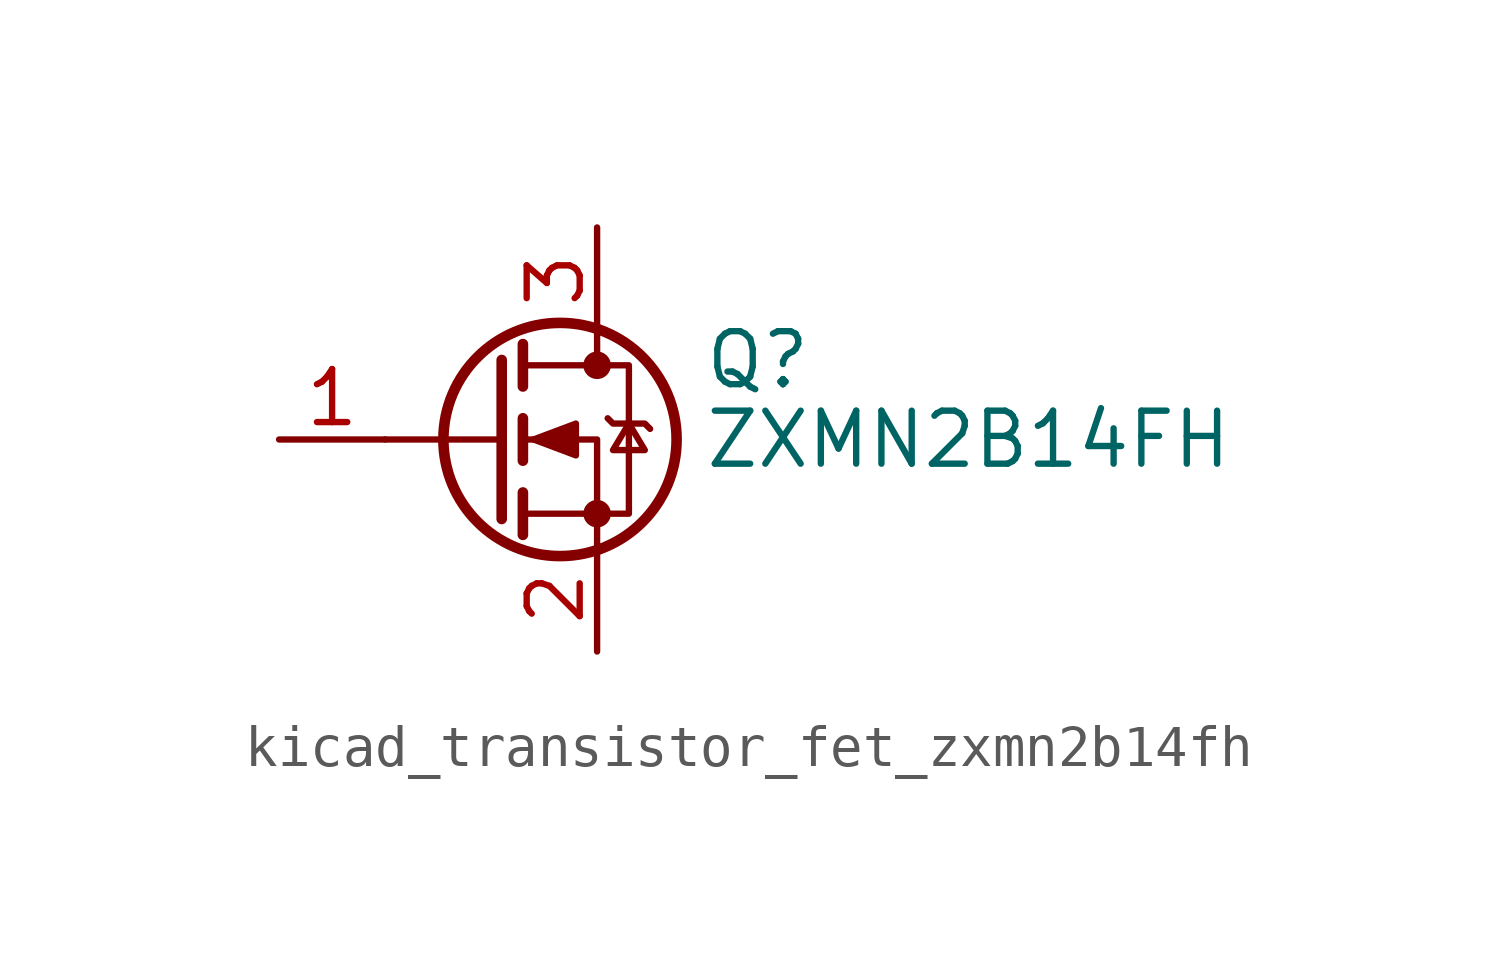
<source format=kicad_sym>
(kicad_symbol_lib
  (version 20220914)
  (generator kicad_symbol_editor)
  (symbol "kicad_transistor_fet_zxmn2b14fh"
    (pin_names hide)
    (property "Reference" "Q"
      (at 5.08 1.905 0)
      (effects (font (size 1.27 1.27)) (justify left)))
    (property "Value" "ZXMN2B14FH"
      (at 5.08 0 0)
      (effects (font (size 1.27 1.27)) (justify left)))
    (symbol "kicad_transistor_fet_zxmn2b14fh_0_1"
      (polyline (pts (xy 0.254 0) (xy -2.54 0)) (stroke (width 0) (type default)) (fill (type none)))
      (polyline (pts (xy 0.254 1.905) (xy 0.254 -1.905)) (stroke (width 0.254) (type default)) (fill (type none)))
      (polyline (pts (xy 0.762 -1.27) (xy 0.762 -2.286)) (stroke (width 0.254) (type default)) (fill (type none)))
      (polyline (pts (xy 0.762 0.508) (xy 0.762 -0.508)) (stroke (width 0.254) (type default)) (fill (type none)))
      (polyline (pts (xy 0.762 2.286) (xy 0.762 1.27)) (stroke (width 0.254) (type default)) (fill (type none)))
      (polyline (pts (xy 2.54 2.54) (xy 2.54 1.778)) (stroke (width 0) (type default)) (fill (type none)))
      (polyline (pts (xy 2.54 -2.54) (xy 2.54 0) (xy 0.762 0)) (stroke (width 0) (type default)) (fill (type none)))
      (polyline (pts (xy 0.762 -1.778) (xy 3.302 -1.778) (xy 3.302 1.778) (xy 0.762 1.778)) (stroke (width 0) (type default)) (fill (type none)))
      (polyline (pts (xy 1.016 0) (xy 2.032 0.381) (xy 2.032 -0.381) (xy 1.016 0)) (stroke (width 0) (type default)) (fill (type outline)))
      (polyline (pts (xy 2.794 0.508) (xy 2.921 0.381) (xy 3.683 0.381) (xy 3.81 0.254)) (stroke (width 0) (type default)) (fill (type none)))
      (polyline (pts (xy 3.302 0.381) (xy 2.921 -0.254) (xy 3.683 -0.254) (xy 3.302 0.381)) (stroke (width 0) (type default)) (fill (type none)))
      (circle (center 1.651 0) (radius 2.794) (stroke (width 0.254) (type default)) (fill (type none)))
      (circle (center 2.54 -1.778) (radius 0.254) (stroke (width 0) (type default)) (fill (type outline)))
      (circle (center 2.54 1.778) (radius 0.254) (stroke (width 0) (type default)) (fill (type outline))))
    (symbol "kicad_transistor_fet_zxmn2b14fh_1_1"
      (pin input line (at -5.08 0 0) (length 2.54) (name "G" (effects (font (size 1.27 1.27)))) (number "1" (effects (font (size 1.27 1.27)))))
      (pin passive line (at 2.54 -5.08 90) (length 2.54) (name "S" (effects (font (size 1.27 1.27)))) (number "2" (effects (font (size 1.27 1.27)))))
      (pin passive line (at 2.54 5.08 270) (length 2.54) (name "D" (effects (font (size 1.27 1.27)))) (number "3" (effects (font (size 1.27 1.27))))))))
</source>
